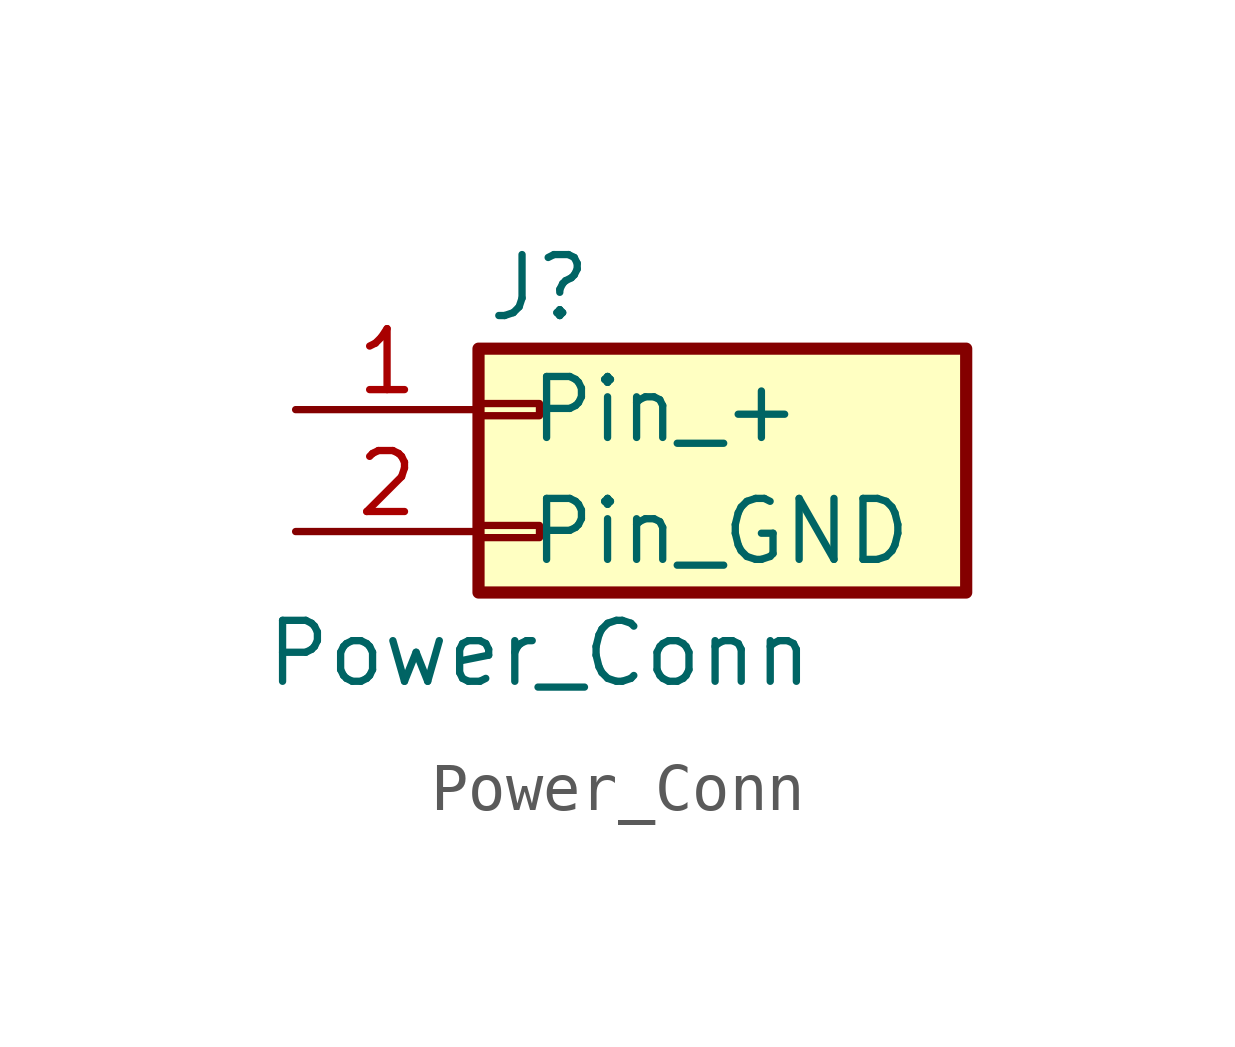
<source format=kicad_sym>
(kicad_symbol_lib
  (version 20211014)
  (generator kicad_symbol_editor)
  (symbol "Power_Conn"
    (pin_names
      (offset 1.016))
    (property "Reference" "J"
      (at 0 2.54 0)
      (effects (font (size 1.27 1.27))))
    (property "Value" "Power_Conn"
      (at 0 -5.08 0)
      (effects (font (size 1.27 1.27))))
    (symbol "Power_Conn_1_1"
      (rectangle (start -1.27 -2.413) (end 0 -2.667) (stroke (width 0.152) (type default) (color 0 0 0 0)) (fill (type none)))
      (rectangle (start -1.27 0.127) (end 0 -0.127) (stroke (width 0.152) (type default) (color 0 0 0 0)) (fill (type none)))
      (rectangle (start -1.27 1.27) (end 8.89 -3.81) (stroke (width 0.254) (type default) (color 0 0 0 0)) (fill (type background)))
      (pin passive line (at -5.08 0 0) (length 3.81) (name "Pin_+" (effects (font (size 1.27 1.27)))) (number "1" (effects (font (size 1.27 1.27)))) (alternate "12V" passive line) (alternate "3.3V" passive line) (alternate "5V" passive line))
      (pin passive line (at -5.08 -2.54 0) (length 3.81) (name "Pin_GND" (effects (font (size 1.27 1.27)))) (number "2" (effects (font (size 1.27 1.27))))))))
</source>
